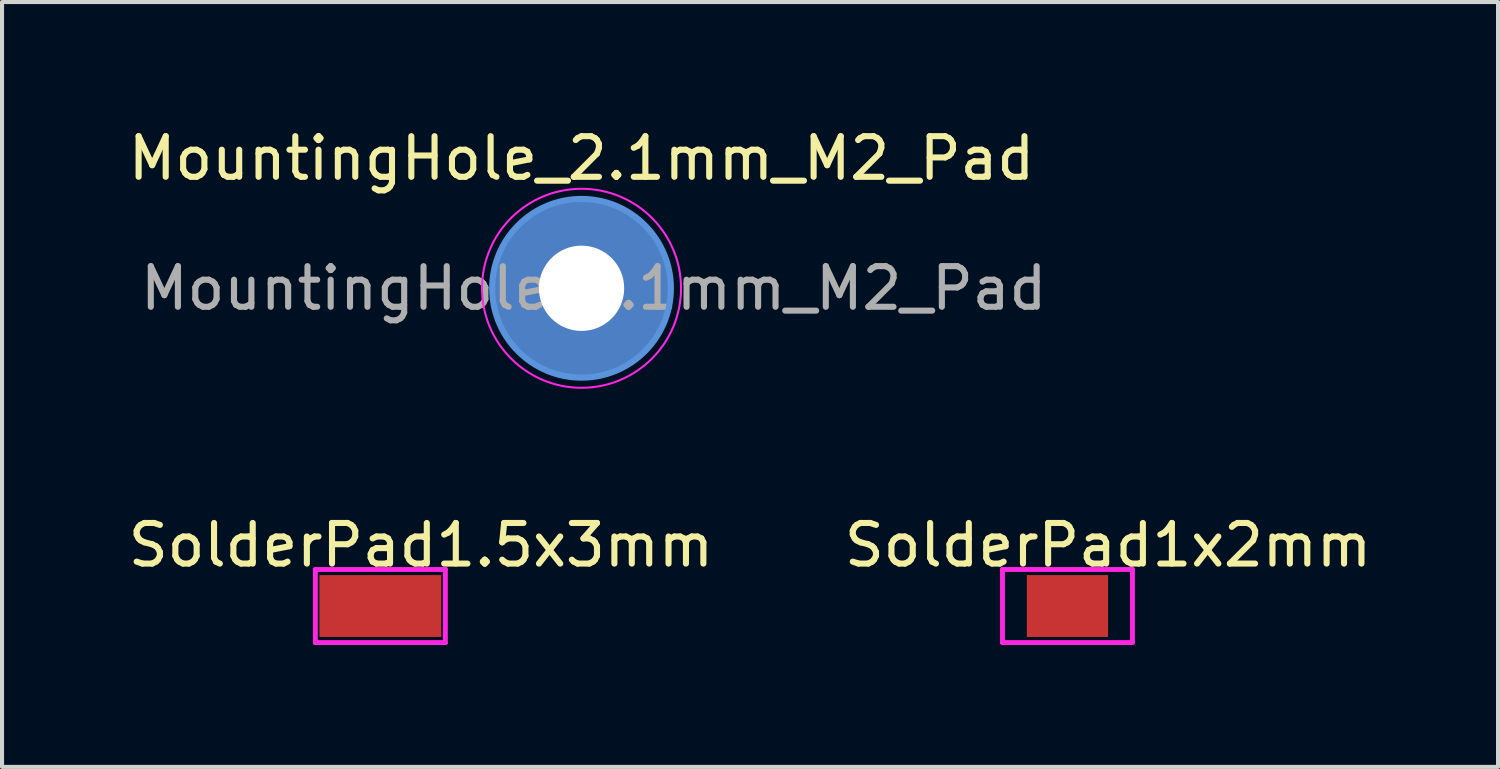
<source format=kicad_pcb>
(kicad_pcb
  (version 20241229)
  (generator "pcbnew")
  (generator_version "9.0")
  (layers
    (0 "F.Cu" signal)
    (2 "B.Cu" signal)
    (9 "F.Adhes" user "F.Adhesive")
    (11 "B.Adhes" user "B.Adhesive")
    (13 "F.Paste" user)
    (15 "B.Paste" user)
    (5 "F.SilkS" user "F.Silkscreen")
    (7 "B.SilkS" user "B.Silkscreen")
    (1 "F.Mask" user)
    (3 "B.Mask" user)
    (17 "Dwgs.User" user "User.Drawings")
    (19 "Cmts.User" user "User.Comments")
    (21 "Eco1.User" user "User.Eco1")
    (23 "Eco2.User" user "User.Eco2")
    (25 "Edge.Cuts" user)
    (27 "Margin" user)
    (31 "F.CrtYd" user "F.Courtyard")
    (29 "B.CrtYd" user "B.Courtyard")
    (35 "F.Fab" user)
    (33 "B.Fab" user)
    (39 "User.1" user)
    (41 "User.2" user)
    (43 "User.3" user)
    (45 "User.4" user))
  (footprint "SolderPad1.5x3mm"
    (layer "F.Cu")
    (at 7.315 9.871)
    (property "Reference" "SolderPad1.5x3mm" (at 0 0.5 0) (layer "F.SilkS") (effects (font (size 1 1) (thickness 0.15))))
    (attr smd)
    (fp_line (start -2.6 1.1) (end 0.6 1.1) (stroke (width 0.12) (type solid)) (layer "F.CrtYd"))
    (fp_line (start -2.6 2.9) (end -2.6 1.1) (stroke (width 0.12) (type solid)) (layer "F.CrtYd"))
    (fp_line (start 0.6 1.1) (end 0.6 2.9) (stroke (width 0.12) (type solid)) (layer "F.CrtYd"))
    (fp_line (start 0.6 2.9) (end -2.6 2.9) (stroke (width 0.12) (type solid)) (layer "F.CrtYd"))
    (pad "1" smd rect (at -1 2) (size 3 1.524) (layers "F.Cu" "F.Mask" "F.Paste")))
  (footprint "MountingHole_2.1mm_M2_Pad"
    (layer "F.Cu")
    (at 11.268 4.048)
    (property "Reference" "MountingHole_2.1mm_M2_Pad" (at 0 -3.2 0) (layer "F.SilkS") (effects (font (size 1 1) (thickness 0.15))))
    (attr exclude_from_pos_files exclude_from_bom)
    (fp_circle (center 0 0) (end 2.2 0) (stroke (width 0.15) (type solid)) (fill no) (layer "Cmts.User"))
    (fp_circle (center 0 0) (end 2.45 0) (stroke (width 0.05) (type solid)) (fill no) (layer "F.CrtYd"))
    (fp_text user "${REFERENCE}" (at 0.3 0 0) (layer "F.Fab") (effects (font (size 1 1) (thickness 0.15))))
    (pad "1" thru_hole circle (at 0 0) (size 4.4 4.4) (drill 2.1) (layers "*.Cu" "*.Mask")))
  (footprint "SolderPad1x2mm"
    (layer "F.Cu")
    (at 24.232 9.871)
    (property "Reference" "SolderPad1x2mm" (at 0 0.5 0) (layer "F.SilkS") (effects (font (size 1 1) (thickness 0.15))))
    (attr smd)
    (fp_line (start -2.6 1.1) (end 0.6 1.1) (stroke (width 0.12) (type solid)) (layer "F.CrtYd"))
    (fp_line (start -2.6 2.9) (end -2.6 1.1) (stroke (width 0.12) (type solid)) (layer "F.CrtYd"))
    (fp_line (start 0.6 1.1) (end 0.6 2.9) (stroke (width 0.12) (type solid)) (layer "F.CrtYd"))
    (fp_line (start 0.6 2.9) (end -2.6 2.9) (stroke (width 0.12) (type solid)) (layer "F.CrtYd"))
    (pad "1" smd rect (at -1 2) (size 2 1.524) (layers "F.Cu" "F.Mask" "F.Paste")))
  (gr_rect
    (start -3 -3)
    (end 33.833 15.832)
    (stroke (width 0.1) (type default))
    (fill no)
    (layer "Edge.Cuts")))
</source>
